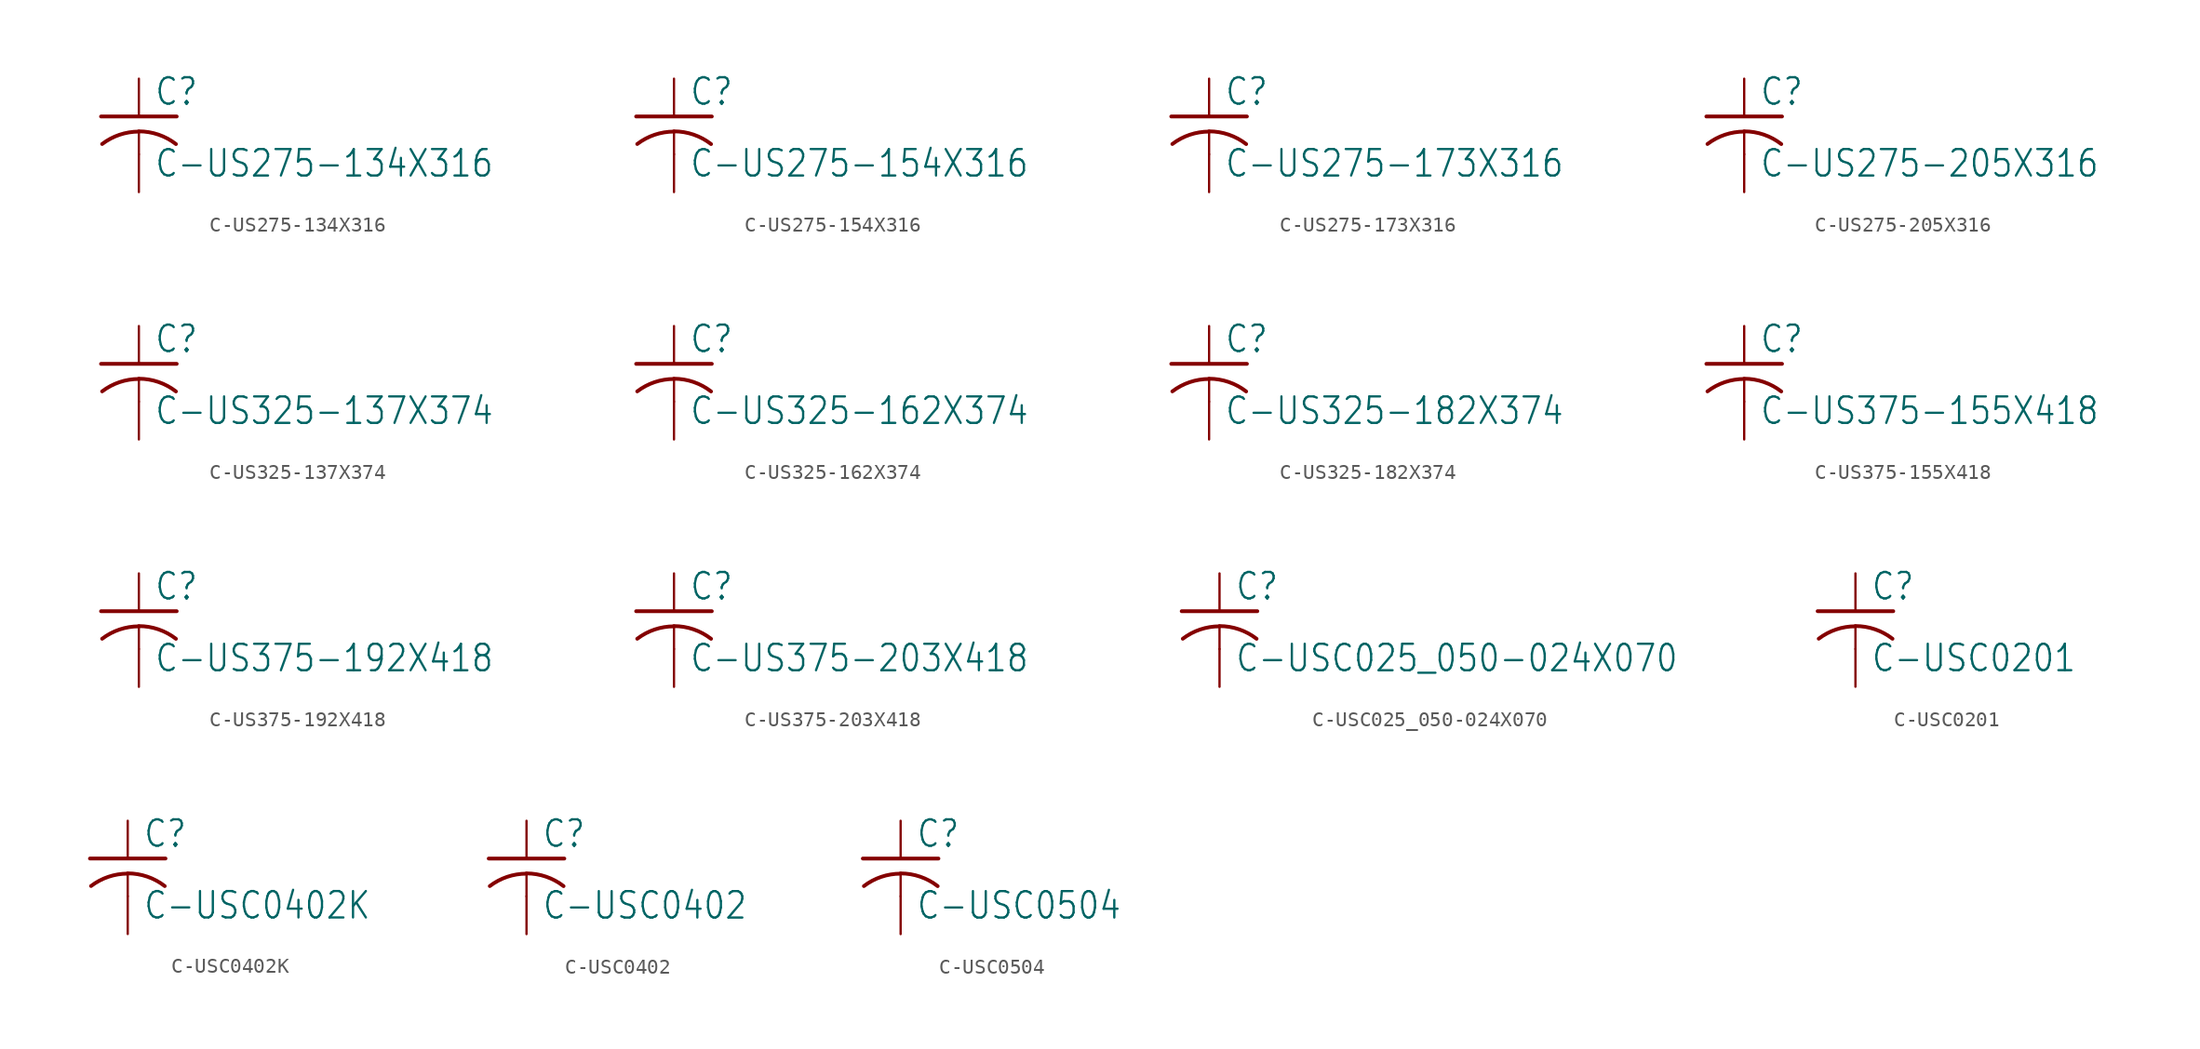
<source format=kicad_sym>
(kicad_symbol_lib
  (version 20201005)
  (generator kicad_symbol_editor)
  (symbol "C-US275-134X316"
    (property "Reference" "C"
      (at 1.016 0.635 0)
      (effects (font (size 1.778 1.511)) (justify left bottom)))
    (property "Value" "C-US275-134X316"
      (at 1.016 -4.191 0)
      (effects (font (size 1.778 1.511)) (justify left bottom)))
    (property "ki_locked" ""
      (at 0 0 0)
      (effects (font (size 1.27 1.27))))
    (symbol "C-US275-134X316_1_0"
      (arc (start 0 -1.0161) (end -2.4668 -1.8504) (radius (at 0 -5.0799) (length 4.0638) (angles 90 127.4)) (stroke (width 0.254)) (fill (type none)))
      (arc (start 2.4892 -1.8542) (end 0 -1) (radius (at 0 -5.0542) (length 4.0541) (angles 52.1 90)) (stroke (width 0.254)) (fill (type none)))
      (polyline (pts (xy -2.54 0) (xy 2.54 0)) (stroke (width 0.254)) (fill (type none)))
      (polyline (pts (xy 0 -1.016) (xy 0 -2.54)) (stroke (width 0.152)) (fill (type none)))
      (pin passive line (at 0 2.54 270) (length 2.54) (name "1" (effects (font (size 0 0)))) (number "1" (effects (font (size 0 0)))))
      (pin passive line (at 0 -5.08 90) (length 2.54) (name "2" (effects (font (size 0 0)))) (number "2" (effects (font (size 0 0)))))))
  (symbol "C-US275-154X316"
    (property "Reference" "C"
      (at 1.016 0.635 0)
      (effects (font (size 1.778 1.511)) (justify left bottom)))
    (property "Value" "C-US275-154X316"
      (at 1.016 -4.191 0)
      (effects (font (size 1.778 1.511)) (justify left bottom)))
    (property "ki_locked" ""
      (at 0 0 0)
      (effects (font (size 1.27 1.27))))
    (symbol "C-US275-154X316_1_0"
      (arc (start 0 -1.0161) (end -2.4668 -1.8504) (radius (at 0 -5.0799) (length 4.0638) (angles 90 127.4)) (stroke (width 0.254)) (fill (type none)))
      (arc (start 2.4892 -1.8542) (end 0 -1) (radius (at 0 -5.0542) (length 4.0541) (angles 52.1 90)) (stroke (width 0.254)) (fill (type none)))
      (polyline (pts (xy -2.54 0) (xy 2.54 0)) (stroke (width 0.254)) (fill (type none)))
      (polyline (pts (xy 0 -1.016) (xy 0 -2.54)) (stroke (width 0.152)) (fill (type none)))
      (pin passive line (at 0 2.54 270) (length 2.54) (name "1" (effects (font (size 0 0)))) (number "1" (effects (font (size 0 0)))))
      (pin passive line (at 0 -5.08 90) (length 2.54) (name "2" (effects (font (size 0 0)))) (number "2" (effects (font (size 0 0)))))))
  (symbol "C-US275-173X316"
    (property "Reference" "C"
      (at 1.016 0.635 0)
      (effects (font (size 1.778 1.511)) (justify left bottom)))
    (property "Value" "C-US275-173X316"
      (at 1.016 -4.191 0)
      (effects (font (size 1.778 1.511)) (justify left bottom)))
    (property "ki_locked" ""
      (at 0 0 0)
      (effects (font (size 1.27 1.27))))
    (symbol "C-US275-173X316_1_0"
      (arc (start 0 -1.0161) (end -2.4668 -1.8504) (radius (at 0 -5.0799) (length 4.0638) (angles 90 127.4)) (stroke (width 0.254)) (fill (type none)))
      (arc (start 2.4892 -1.8542) (end 0 -1) (radius (at 0 -5.0542) (length 4.0541) (angles 52.1 90)) (stroke (width 0.254)) (fill (type none)))
      (polyline (pts (xy -2.54 0) (xy 2.54 0)) (stroke (width 0.254)) (fill (type none)))
      (polyline (pts (xy 0 -1.016) (xy 0 -2.54)) (stroke (width 0.152)) (fill (type none)))
      (pin passive line (at 0 2.54 270) (length 2.54) (name "1" (effects (font (size 0 0)))) (number "1" (effects (font (size 0 0)))))
      (pin passive line (at 0 -5.08 90) (length 2.54) (name "2" (effects (font (size 0 0)))) (number "2" (effects (font (size 0 0)))))))
  (symbol "C-US275-205X316"
    (property "Reference" "C"
      (at 1.016 0.635 0)
      (effects (font (size 1.778 1.511)) (justify left bottom)))
    (property "Value" "C-US275-205X316"
      (at 1.016 -4.191 0)
      (effects (font (size 1.778 1.511)) (justify left bottom)))
    (property "ki_locked" ""
      (at 0 0 0)
      (effects (font (size 1.27 1.27))))
    (symbol "C-US275-205X316_1_0"
      (arc (start 0 -1.0161) (end -2.4668 -1.8504) (radius (at 0 -5.0799) (length 4.0638) (angles 90 127.4)) (stroke (width 0.254)) (fill (type none)))
      (arc (start 2.4892 -1.8542) (end 0 -1) (radius (at 0 -5.0542) (length 4.0541) (angles 52.1 90)) (stroke (width 0.254)) (fill (type none)))
      (polyline (pts (xy -2.54 0) (xy 2.54 0)) (stroke (width 0.254)) (fill (type none)))
      (polyline (pts (xy 0 -1.016) (xy 0 -2.54)) (stroke (width 0.152)) (fill (type none)))
      (pin passive line (at 0 2.54 270) (length 2.54) (name "1" (effects (font (size 0 0)))) (number "1" (effects (font (size 0 0)))))
      (pin passive line (at 0 -5.08 90) (length 2.54) (name "2" (effects (font (size 0 0)))) (number "2" (effects (font (size 0 0)))))))
  (symbol "C-US325-137X374"
    (property "Reference" "C"
      (at 1.016 0.635 0)
      (effects (font (size 1.778 1.511)) (justify left bottom)))
    (property "Value" "C-US325-137X374"
      (at 1.016 -4.191 0)
      (effects (font (size 1.778 1.511)) (justify left bottom)))
    (property "ki_locked" ""
      (at 0 0 0)
      (effects (font (size 1.27 1.27))))
    (symbol "C-US325-137X374_1_0"
      (arc (start 0 -1.0161) (end -2.4668 -1.8504) (radius (at 0 -5.0799) (length 4.0638) (angles 90 127.4)) (stroke (width 0.254)) (fill (type none)))
      (arc (start 2.4892 -1.8542) (end 0 -1) (radius (at 0 -5.0542) (length 4.0541) (angles 52.1 90)) (stroke (width 0.254)) (fill (type none)))
      (polyline (pts (xy -2.54 0) (xy 2.54 0)) (stroke (width 0.254)) (fill (type none)))
      (polyline (pts (xy 0 -1.016) (xy 0 -2.54)) (stroke (width 0.152)) (fill (type none)))
      (pin passive line (at 0 2.54 270) (length 2.54) (name "1" (effects (font (size 0 0)))) (number "1" (effects (font (size 0 0)))))
      (pin passive line (at 0 -5.08 90) (length 2.54) (name "2" (effects (font (size 0 0)))) (number "2" (effects (font (size 0 0)))))))
  (symbol "C-US325-162X374"
    (property "Reference" "C"
      (at 1.016 0.635 0)
      (effects (font (size 1.778 1.511)) (justify left bottom)))
    (property "Value" "C-US325-162X374"
      (at 1.016 -4.191 0)
      (effects (font (size 1.778 1.511)) (justify left bottom)))
    (property "ki_locked" ""
      (at 0 0 0)
      (effects (font (size 1.27 1.27))))
    (symbol "C-US325-162X374_1_0"
      (arc (start 0 -1.0161) (end -2.4668 -1.8504) (radius (at 0 -5.0799) (length 4.0638) (angles 90 127.4)) (stroke (width 0.254)) (fill (type none)))
      (arc (start 2.4892 -1.8542) (end 0 -1) (radius (at 0 -5.0542) (length 4.0541) (angles 52.1 90)) (stroke (width 0.254)) (fill (type none)))
      (polyline (pts (xy -2.54 0) (xy 2.54 0)) (stroke (width 0.254)) (fill (type none)))
      (polyline (pts (xy 0 -1.016) (xy 0 -2.54)) (stroke (width 0.152)) (fill (type none)))
      (pin passive line (at 0 2.54 270) (length 2.54) (name "1" (effects (font (size 0 0)))) (number "1" (effects (font (size 0 0)))))
      (pin passive line (at 0 -5.08 90) (length 2.54) (name "2" (effects (font (size 0 0)))) (number "2" (effects (font (size 0 0)))))))
  (symbol "C-US325-182X374"
    (property "Reference" "C"
      (at 1.016 0.635 0)
      (effects (font (size 1.778 1.511)) (justify left bottom)))
    (property "Value" "C-US325-182X374"
      (at 1.016 -4.191 0)
      (effects (font (size 1.778 1.511)) (justify left bottom)))
    (property "ki_locked" ""
      (at 0 0 0)
      (effects (font (size 1.27 1.27))))
    (symbol "C-US325-182X374_1_0"
      (arc (start 0 -1.0161) (end -2.4668 -1.8504) (radius (at 0 -5.0799) (length 4.0638) (angles 90 127.4)) (stroke (width 0.254)) (fill (type none)))
      (arc (start 2.4892 -1.8542) (end 0 -1) (radius (at 0 -5.0542) (length 4.0541) (angles 52.1 90)) (stroke (width 0.254)) (fill (type none)))
      (polyline (pts (xy -2.54 0) (xy 2.54 0)) (stroke (width 0.254)) (fill (type none)))
      (polyline (pts (xy 0 -1.016) (xy 0 -2.54)) (stroke (width 0.152)) (fill (type none)))
      (pin passive line (at 0 2.54 270) (length 2.54) (name "1" (effects (font (size 0 0)))) (number "1" (effects (font (size 0 0)))))
      (pin passive line (at 0 -5.08 90) (length 2.54) (name "2" (effects (font (size 0 0)))) (number "2" (effects (font (size 0 0)))))))
  (symbol "C-US375-155X418"
    (property "Reference" "C"
      (at 1.016 0.635 0)
      (effects (font (size 1.778 1.511)) (justify left bottom)))
    (property "Value" "C-US375-155X418"
      (at 1.016 -4.191 0)
      (effects (font (size 1.778 1.511)) (justify left bottom)))
    (property "ki_locked" ""
      (at 0 0 0)
      (effects (font (size 1.27 1.27))))
    (symbol "C-US375-155X418_1_0"
      (arc (start 0 -1.0161) (end -2.4668 -1.8504) (radius (at 0 -5.0799) (length 4.0638) (angles 90 127.4)) (stroke (width 0.254)) (fill (type none)))
      (arc (start 2.4892 -1.8542) (end 0 -1) (radius (at 0 -5.0542) (length 4.0541) (angles 52.1 90)) (stroke (width 0.254)) (fill (type none)))
      (polyline (pts (xy -2.54 0) (xy 2.54 0)) (stroke (width 0.254)) (fill (type none)))
      (polyline (pts (xy 0 -1.016) (xy 0 -2.54)) (stroke (width 0.152)) (fill (type none)))
      (pin passive line (at 0 2.54 270) (length 2.54) (name "1" (effects (font (size 0 0)))) (number "1" (effects (font (size 0 0)))))
      (pin passive line (at 0 -5.08 90) (length 2.54) (name "2" (effects (font (size 0 0)))) (number "2" (effects (font (size 0 0)))))))
  (symbol "C-US375-192X418"
    (property "Reference" "C"
      (at 1.016 0.635 0)
      (effects (font (size 1.778 1.511)) (justify left bottom)))
    (property "Value" "C-US375-192X418"
      (at 1.016 -4.191 0)
      (effects (font (size 1.778 1.511)) (justify left bottom)))
    (property "ki_locked" ""
      (at 0 0 0)
      (effects (font (size 1.27 1.27))))
    (symbol "C-US375-192X418_1_0"
      (arc (start 0 -1.0161) (end -2.4668 -1.8504) (radius (at 0 -5.0799) (length 4.0638) (angles 90 127.4)) (stroke (width 0.254)) (fill (type none)))
      (arc (start 2.4892 -1.8542) (end 0 -1) (radius (at 0 -5.0542) (length 4.0541) (angles 52.1 90)) (stroke (width 0.254)) (fill (type none)))
      (polyline (pts (xy -2.54 0) (xy 2.54 0)) (stroke (width 0.254)) (fill (type none)))
      (polyline (pts (xy 0 -1.016) (xy 0 -2.54)) (stroke (width 0.152)) (fill (type none)))
      (pin passive line (at 0 2.54 270) (length 2.54) (name "1" (effects (font (size 0 0)))) (number "1" (effects (font (size 0 0)))))
      (pin passive line (at 0 -5.08 90) (length 2.54) (name "2" (effects (font (size 0 0)))) (number "2" (effects (font (size 0 0)))))))
  (symbol "C-US375-203X418"
    (property "Reference" "C"
      (at 1.016 0.635 0)
      (effects (font (size 1.778 1.511)) (justify left bottom)))
    (property "Value" "C-US375-203X418"
      (at 1.016 -4.191 0)
      (effects (font (size 1.778 1.511)) (justify left bottom)))
    (property "ki_locked" ""
      (at 0 0 0)
      (effects (font (size 1.27 1.27))))
    (symbol "C-US375-203X418_1_0"
      (arc (start 0 -1.0161) (end -2.4668 -1.8504) (radius (at 0 -5.0799) (length 4.0638) (angles 90 127.4)) (stroke (width 0.254)) (fill (type none)))
      (arc (start 2.4892 -1.8542) (end 0 -1) (radius (at 0 -5.0542) (length 4.0541) (angles 52.1 90)) (stroke (width 0.254)) (fill (type none)))
      (polyline (pts (xy -2.54 0) (xy 2.54 0)) (stroke (width 0.254)) (fill (type none)))
      (polyline (pts (xy 0 -1.016) (xy 0 -2.54)) (stroke (width 0.152)) (fill (type none)))
      (pin passive line (at 0 2.54 270) (length 2.54) (name "1" (effects (font (size 0 0)))) (number "1" (effects (font (size 0 0)))))
      (pin passive line (at 0 -5.08 90) (length 2.54) (name "2" (effects (font (size 0 0)))) (number "2" (effects (font (size 0 0)))))))
  (symbol "C-USC025_050-024X070"
    (property "Reference" "C"
      (at 1.016 0.635 0)
      (effects (font (size 1.778 1.511)) (justify left bottom)))
    (property "Value" "C-USC025_050-024X070"
      (at 1.016 -4.191 0)
      (effects (font (size 1.778 1.511)) (justify left bottom)))
    (property "ki_locked" ""
      (at 0 0 0)
      (effects (font (size 1.27 1.27))))
    (symbol "C-USC025_050-024X070_1_0"
      (arc (start 0 -1.0161) (end -2.4668 -1.8504) (radius (at 0 -5.0799) (length 4.0638) (angles 90 127.4)) (stroke (width 0.254)) (fill (type none)))
      (arc (start 2.4892 -1.8542) (end 0 -1) (radius (at 0 -5.0542) (length 4.0541) (angles 52.1 90)) (stroke (width 0.254)) (fill (type none)))
      (polyline (pts (xy -2.54 0) (xy 2.54 0)) (stroke (width 0.254)) (fill (type none)))
      (polyline (pts (xy 0 -1.016) (xy 0 -2.54)) (stroke (width 0.152)) (fill (type none)))
      (pin passive line (at 0 2.54 270) (length 2.54) (name "1" (effects (font (size 0 0)))) (number "1" (effects (font (size 0 0)))))
      (pin passive line (at 0 -5.08 90) (length 2.54) (name "2" (effects (font (size 0 0)))) (number "2" (effects (font (size 0 0)))))))
  (symbol "C-USC0201"
    (property "Reference" "C"
      (at 1.016 0.635 0)
      (effects (font (size 1.778 1.511)) (justify left bottom)))
    (property "Value" "C-USC0201"
      (at 1.016 -4.191 0)
      (effects (font (size 1.778 1.511)) (justify left bottom)))
    (property "ki_locked" ""
      (at 0 0 0)
      (effects (font (size 1.27 1.27))))
    (symbol "C-USC0201_1_0"
      (arc (start 0 -1.0161) (end -2.4668 -1.8504) (radius (at 0 -5.0799) (length 4.0638) (angles 90 127.4)) (stroke (width 0.254)) (fill (type none)))
      (arc (start 2.4892 -1.8542) (end 0 -1) (radius (at 0 -5.0542) (length 4.0541) (angles 52.1 90)) (stroke (width 0.254)) (fill (type none)))
      (polyline (pts (xy -2.54 0) (xy 2.54 0)) (stroke (width 0.254)) (fill (type none)))
      (polyline (pts (xy 0 -1.016) (xy 0 -2.54)) (stroke (width 0.152)) (fill (type none)))
      (pin passive line (at 0 2.54 270) (length 2.54) (name "1" (effects (font (size 0 0)))) (number "1" (effects (font (size 0 0)))))
      (pin passive line (at 0 -5.08 90) (length 2.54) (name "2" (effects (font (size 0 0)))) (number "2" (effects (font (size 0 0)))))))
  (symbol "C-USC0402K"
    (property "Reference" "C"
      (at 1.016 0.635 0)
      (effects (font (size 1.778 1.511)) (justify left bottom)))
    (property "Value" "C-USC0402K"
      (at 1.016 -4.191 0)
      (effects (font (size 1.778 1.511)) (justify left bottom)))
    (property "ki_locked" ""
      (at 0 0 0)
      (effects (font (size 1.27 1.27))))
    (symbol "C-USC0402K_1_0"
      (arc (start 0 -1.0161) (end -2.4668 -1.8504) (radius (at 0 -5.0799) (length 4.0638) (angles 90 127.4)) (stroke (width 0.254)) (fill (type none)))
      (arc (start 2.4892 -1.8542) (end 0 -1) (radius (at 0 -5.0542) (length 4.0541) (angles 52.1 90)) (stroke (width 0.254)) (fill (type none)))
      (polyline (pts (xy -2.54 0) (xy 2.54 0)) (stroke (width 0.254)) (fill (type none)))
      (polyline (pts (xy 0 -1.016) (xy 0 -2.54)) (stroke (width 0.152)) (fill (type none)))
      (pin passive line (at 0 2.54 270) (length 2.54) (name "1" (effects (font (size 0 0)))) (number "1" (effects (font (size 0 0)))))
      (pin passive line (at 0 -5.08 90) (length 2.54) (name "2" (effects (font (size 0 0)))) (number "2" (effects (font (size 0 0)))))))
  (symbol "C-USC0402"
    (property "Reference" "C"
      (at 1.016 0.635 0)
      (effects (font (size 1.778 1.511)) (justify left bottom)))
    (property "Value" "C-USC0402"
      (at 1.016 -4.191 0)
      (effects (font (size 1.778 1.511)) (justify left bottom)))
    (property "ki_locked" ""
      (at 0 0 0)
      (effects (font (size 1.27 1.27))))
    (symbol "C-USC0402_1_0"
      (arc (start 0 -1.0161) (end -2.4668 -1.8504) (radius (at 0 -5.0799) (length 4.0638) (angles 90 127.4)) (stroke (width 0.254)) (fill (type none)))
      (arc (start 2.4892 -1.8542) (end 0 -1) (radius (at 0 -5.0542) (length 4.0541) (angles 52.1 90)) (stroke (width 0.254)) (fill (type none)))
      (polyline (pts (xy -2.54 0) (xy 2.54 0)) (stroke (width 0.254)) (fill (type none)))
      (polyline (pts (xy 0 -1.016) (xy 0 -2.54)) (stroke (width 0.152)) (fill (type none)))
      (pin passive line (at 0 2.54 270) (length 2.54) (name "1" (effects (font (size 0 0)))) (number "1" (effects (font (size 0 0)))))
      (pin passive line (at 0 -5.08 90) (length 2.54) (name "2" (effects (font (size 0 0)))) (number "2" (effects (font (size 0 0)))))))
  (symbol "C-USC0504"
    (property "Reference" "C"
      (at 1.016 0.635 0)
      (effects (font (size 1.778 1.511)) (justify left bottom)))
    (property "Value" "C-USC0504"
      (at 1.016 -4.191 0)
      (effects (font (size 1.778 1.511)) (justify left bottom)))
    (property "ki_locked" ""
      (at 0 0 0)
      (effects (font (size 1.27 1.27))))
    (symbol "C-USC0504_1_0"
      (arc (start 0 -1.0161) (end -2.4668 -1.8504) (radius (at 0 -5.0799) (length 4.0638) (angles 90 127.4)) (stroke (width 0.254)) (fill (type none)))
      (arc (start 2.4892 -1.8542) (end 0 -1) (radius (at 0 -5.0542) (length 4.0541) (angles 52.1 90)) (stroke (width 0.254)) (fill (type none)))
      (polyline (pts (xy -2.54 0) (xy 2.54 0)) (stroke (width 0.254)) (fill (type none)))
      (polyline (pts (xy 0 -1.016) (xy 0 -2.54)) (stroke (width 0.152)) (fill (type none)))
      (pin passive line (at 0 2.54 270) (length 2.54) (name "1" (effects (font (size 0 0)))) (number "1" (effects (font (size 0 0)))))
      (pin passive line (at 0 -5.08 90) (length 2.54) (name "2" (effects (font (size 0 0)))) (number "2" (effects (font (size 0 0))))))))
</source>
